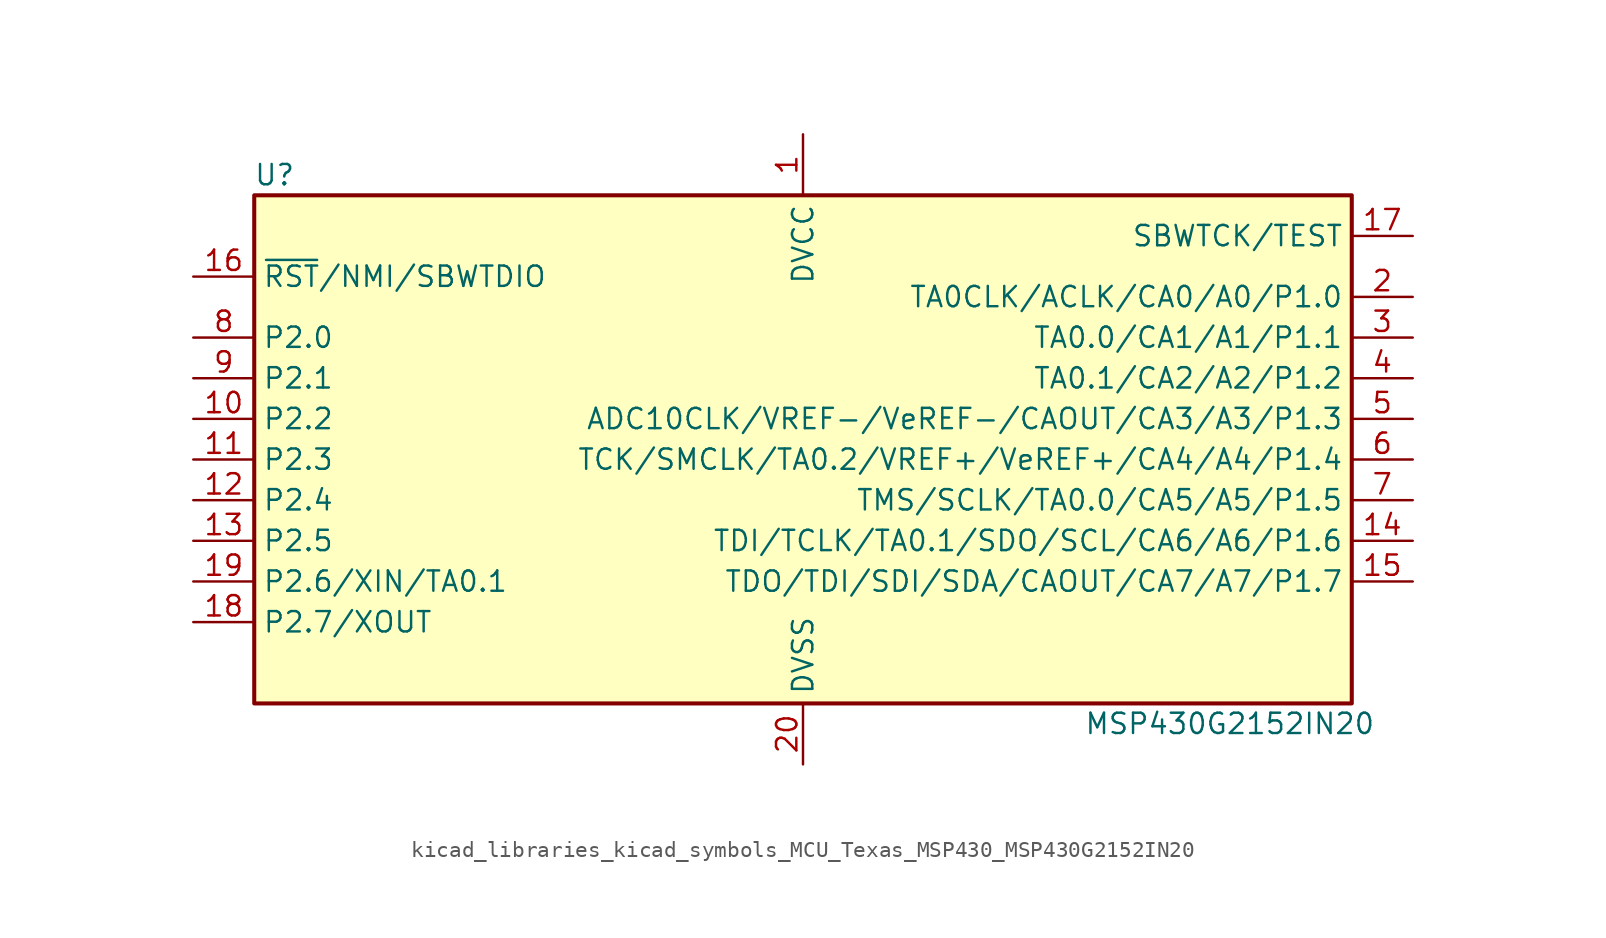
<source format=kicad_sym>
(kicad_symbol_lib
  (version 20220914)
  (generator kicad_symbol_editor)
  (symbol "kicad_libraries_kicad_symbols_MCU_Texas_MSP430_MSP430G2152IN20"
    (property "Reference" "U"
      (at -33.02 17.78 0)
      (effects (font (size 1.27 1.27))))
    (property "Value" "MSP430G2152IN20"
      (at 26.67 -16.51 0)
      (effects (font (size 1.27 1.27))))
    (symbol "kicad_libraries_kicad_symbols_MCU_Texas_MSP430_MSP430G2152IN20_0_1"
      (rectangle (start -34.29 16.51) (end 34.29 -15.24) (stroke (width 0.254) (type default)) (fill (type background))))
    (symbol "kicad_libraries_kicad_symbols_MCU_Texas_MSP430_MSP430G2152IN20_1_1"
      (pin power_in line (at 0 20.32 270) (length 3.81) (name "DVCC" (effects (font (size 1.27 1.27)))) (number "1" (effects (font (size 1.27 1.27)))))
      (pin bidirectional line (at -38.1 2.54 0) (length 3.81) (name "P2.2" (effects (font (size 1.27 1.27)))) (number "10" (effects (font (size 1.27 1.27)))))
      (pin bidirectional line (at -38.1 0 0) (length 3.81) (name "P2.3" (effects (font (size 1.27 1.27)))) (number "11" (effects (font (size 1.27 1.27)))))
      (pin bidirectional line (at -38.1 -2.54 0) (length 3.81) (name "P2.4" (effects (font (size 1.27 1.27)))) (number "12" (effects (font (size 1.27 1.27)))))
      (pin bidirectional line (at -38.1 -5.08 0) (length 3.81) (name "P2.5" (effects (font (size 1.27 1.27)))) (number "13" (effects (font (size 1.27 1.27)))))
      (pin bidirectional line (at 38.1 -5.08 180) (length 3.81) (name "TDI/TCLK/TA0.1/SDO/SCL/CA6/A6/P1.6" (effects (font (size 1.27 1.27)))) (number "14" (effects (font (size 1.27 1.27)))))
      (pin bidirectional line (at 38.1 -7.62 180) (length 3.81) (name "TDO/TDI/SDI/SDA/CAOUT/CA7/A7/P1.7" (effects (font (size 1.27 1.27)))) (number "15" (effects (font (size 1.27 1.27)))))
      (pin input line (at -38.1 11.43 0) (length 3.81) (name "~{RST}/NMI/SBWTDIO" (effects (font (size 1.27 1.27)))) (number "16" (effects (font (size 1.27 1.27)))))
      (pin input line (at 38.1 13.97 180) (length 3.81) (name "SBWTCK/TEST" (effects (font (size 1.27 1.27)))) (number "17" (effects (font (size 1.27 1.27)))))
      (pin bidirectional line (at -38.1 -10.16 0) (length 3.81) (name "P2.7/XOUT" (effects (font (size 1.27 1.27)))) (number "18" (effects (font (size 1.27 1.27)))))
      (pin bidirectional line (at -38.1 -7.62 0) (length 3.81) (name "P2.6/XIN/TA0.1" (effects (font (size 1.27 1.27)))) (number "19" (effects (font (size 1.27 1.27)))))
      (pin bidirectional line (at 38.1 10.16 180) (length 3.81) (name "TA0CLK/ACLK/CA0/A0/P1.0" (effects (font (size 1.27 1.27)))) (number "2" (effects (font (size 1.27 1.27)))))
      (pin power_in line (at 0 -19.05 90) (length 3.81) (name "DVSS" (effects (font (size 1.27 1.27)))) (number "20" (effects (font (size 1.27 1.27)))))
      (pin bidirectional line (at 38.1 7.62 180) (length 3.81) (name "TA0.0/CA1/A1/P1.1" (effects (font (size 1.27 1.27)))) (number "3" (effects (font (size 1.27 1.27)))))
      (pin bidirectional line (at 38.1 5.08 180) (length 3.81) (name "TA0.1/CA2/A2/P1.2" (effects (font (size 1.27 1.27)))) (number "4" (effects (font (size 1.27 1.27)))))
      (pin bidirectional line (at 38.1 2.54 180) (length 3.81) (name "ADC10CLK/VREF-/VeREF-/CAOUT/CA3/A3/P1.3" (effects (font (size 1.27 1.27)))) (number "5" (effects (font (size 1.27 1.27)))))
      (pin bidirectional line (at 38.1 0 180) (length 3.81) (name "TCK/SMCLK/TA0.2/VREF+/VeREF+/CA4/A4/P1.4" (effects (font (size 1.27 1.27)))) (number "6" (effects (font (size 1.27 1.27)))))
      (pin bidirectional line (at 38.1 -2.54 180) (length 3.81) (name "TMS/SCLK/TA0.0/CA5/A5/P1.5" (effects (font (size 1.27 1.27)))) (number "7" (effects (font (size 1.27 1.27)))))
      (pin bidirectional line (at -38.1 7.62 0) (length 3.81) (name "P2.0" (effects (font (size 1.27 1.27)))) (number "8" (effects (font (size 1.27 1.27)))))
      (pin bidirectional line (at -38.1 5.08 0) (length 3.81) (name "P2.1" (effects (font (size 1.27 1.27)))) (number "9" (effects (font (size 1.27 1.27))))))))
</source>
